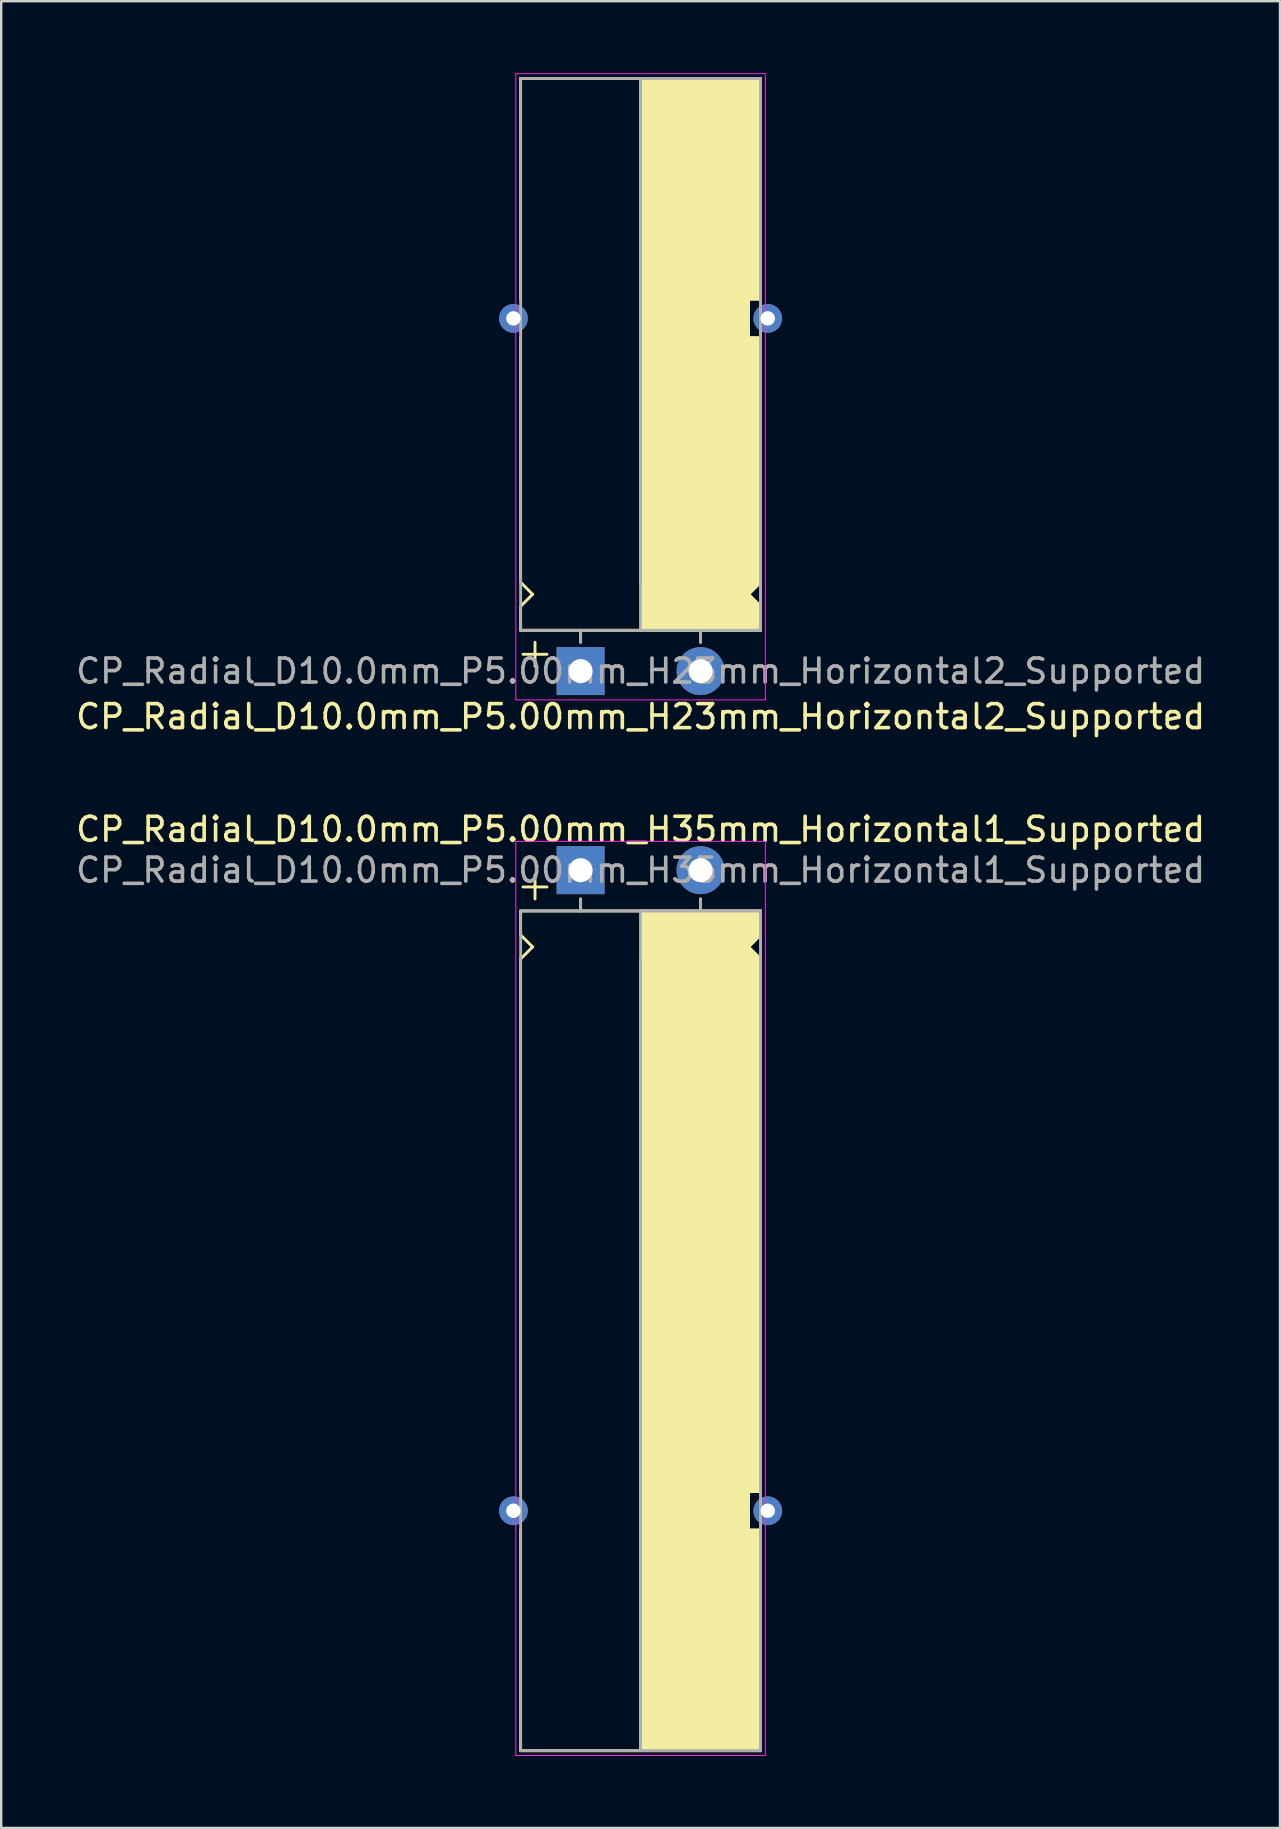
<source format=kicad_pcb>
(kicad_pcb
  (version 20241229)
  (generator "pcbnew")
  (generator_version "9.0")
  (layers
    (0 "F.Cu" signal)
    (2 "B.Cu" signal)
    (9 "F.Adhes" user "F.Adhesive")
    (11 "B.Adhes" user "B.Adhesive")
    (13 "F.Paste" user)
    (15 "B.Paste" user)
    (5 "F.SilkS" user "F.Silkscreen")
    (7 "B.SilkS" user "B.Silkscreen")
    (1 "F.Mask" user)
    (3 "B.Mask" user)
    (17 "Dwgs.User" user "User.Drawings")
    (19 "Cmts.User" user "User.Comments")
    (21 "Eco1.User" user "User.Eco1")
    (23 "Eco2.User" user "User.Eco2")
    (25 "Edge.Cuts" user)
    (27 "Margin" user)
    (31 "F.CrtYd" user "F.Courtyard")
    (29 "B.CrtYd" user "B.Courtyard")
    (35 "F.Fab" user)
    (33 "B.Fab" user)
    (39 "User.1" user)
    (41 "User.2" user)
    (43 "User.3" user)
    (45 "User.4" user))
  (footprint "CP_Radial_D10.0mm_P5.00mm_H23mm_Horizontal2_Supported"
    (layer "F.Cu")
    (at 21.149 24.92)
    (property "Reference" "CP_Radial_D10.0mm_P5.00mm_H23mm_Horizontal2_Supported" (at 2.5 1.9 180) (layer "F.SilkS") (effects (font (size 1 1) (thickness 0.15))))
    (attr through_hole)
    (fp_line (start -2.5 -24.7) (end 7.5 -24.7) (stroke (width 0.12) (type solid)) (layer "F.SilkS"))
    (fp_line (start -2.5 -15.5) (end -2.5 -24.7) (stroke (width 0.12) (type solid)) (layer "F.SilkS"))
    (fp_line (start -2.5 -3.8) (end -2.5 -13.9) (stroke (width 0.12) (type solid)) (layer "F.SilkS"))
    (fp_line (start -2.5 -2.7) (end -2 -3.2) (stroke (width 0.12) (type solid)) (layer "F.SilkS"))
    (fp_line (start -2.5 -1.7) (end -2.5 -2.7) (stroke (width 0.12) (type solid)) (layer "F.SilkS"))
    (fp_line (start -2 -3.2) (end -2.5 -3.7) (stroke (width 0.12) (type solid)) (layer "F.SilkS"))
    (fp_line (start -1.9 -1.2) (end -1.9 -0.2) (stroke (width 0.12) (type solid)) (layer "F.SilkS"))
    (fp_line (start -1.4 -0.7) (end -2.4 -0.7) (stroke (width 0.12) (type solid)) (layer "F.SilkS"))
    (fp_line (start 0 -1.7) (end 0 -1.2) (stroke (width 0.12) (type solid)) (layer "F.SilkS"))
    (fp_line (start 2.5 -24.7) (end 2.5 -3.7) (stroke (width 0.12) (type solid)) (layer "F.SilkS"))
    (fp_line (start 2.5 -1.7) (end -2.5 -1.7) (stroke (width 0.12) (type solid)) (layer "F.SilkS"))
    (fp_line (start 5 -1.7) (end 5 -1.2) (stroke (width 0.12) (type solid)) (layer "F.SilkS"))
    (fp_line (start 7 -15.5) (end 7 -14.9) (stroke (width 0.12) (type solid)) (layer "F.SilkS"))
    (fp_line (start 7 -14.9) (end 7 -13.9) (stroke (width 0.12) (type solid)) (layer "F.SilkS"))
    (fp_line (start 7 -13.9) (end 7.5 -13.9) (stroke (width 0.12) (type solid)) (layer "F.SilkS"))
    (fp_line (start 7 -3.2) (end 7.5 -3.7) (stroke (width 0.12) (type solid)) (layer "F.SilkS"))
    (fp_line (start 7.5 -15.5) (end 7 -15.5) (stroke (width 0.12) (type solid)) (layer "F.SilkS"))
    (fp_line (start 7.5 -15.5) (end 7.5 -24.7) (stroke (width 0.12) (type solid)) (layer "F.SilkS"))
    (fp_line (start 7.5 -4.7) (end 7.5 -13.9) (stroke (width 0.12) (type solid)) (layer "F.SilkS"))
    (fp_line (start 7.5 -2.7) (end 7 -3.2) (stroke (width 0.12) (type solid)) (layer "F.SilkS"))
    (fp_line (start 7.5 -1.7) (end 2.5 -1.7) (stroke (width 0.12) (type solid)) (layer "F.SilkS"))
    (fp_line (start 7.5 -1.7) (end 7.5 -2.7) (stroke (width 0.12) (type solid)) (layer "F.SilkS"))
    (fp_poly (pts (xy 7.5 -2.7) (xy 7 -3.2) (xy 7.5 -3.7) (xy 7.5 -13.8) (xy 7 -13.8) (xy 7 -15.5) (xy 7.5 -15.5) (xy 7.5 -24.7) (xy 2.5 -24.7) (xy 2.5 -1.7) (xy 7.5 -1.7)) (stroke (width 0.1) (type solid)) (fill yes) (layer "F.SilkS"))
    (fp_line (start -2.7 -24.9) (end -2.7 1.2) (stroke (width 0.04) (type solid)) (layer "F.CrtYd"))
    (fp_line (start -2.7 1.2) (end -0.3 1.2) (stroke (width 0.04) (type solid)) (layer "F.CrtYd"))
    (fp_line (start 7.7 -24.9) (end -2.7 -24.9) (stroke (width 0.04) (type solid)) (layer "F.CrtYd"))
    (fp_line (start 7.7 1.2) (end -0.3 1.2) (stroke (width 0.04) (type solid)) (layer "F.CrtYd"))
    (fp_line (start 7.7 1.2) (end 7.7 -24.9) (stroke (width 0.04) (type solid)) (layer "F.CrtYd"))
    (fp_line (start -2.5 -24.7) (end 7.5 -24.7) (stroke (width 0.12) (type solid)) (layer "F.Fab"))
    (fp_line (start -2.5 -1.7) (end -2.5 -24.7) (stroke (width 0.12) (type solid)) (layer "F.Fab"))
    (fp_line (start 0 -1.7) (end 0 -1.2) (stroke (width 0.12) (type solid)) (layer "F.Fab"))
    (fp_line (start 2.5 -3.7) (end 2.5 -24.7) (stroke (width 0.12) (type solid)) (layer "F.Fab"))
    (fp_line (start 5 -1.7) (end 5 -1.2) (stroke (width 0.12) (type solid)) (layer "F.Fab"))
    (fp_line (start 7.5 -24.7) (end 7.5 -1.7) (stroke (width 0.12) (type solid)) (layer "F.Fab"))
    (fp_line (start 7.5 -1.7) (end -2.5 -1.7) (stroke (width 0.12) (type solid)) (layer "F.Fab"))
    (fp_poly (pts (xy 7.5 -24.7) (xy 2.5 -24.7) (xy 2.5 -1.7) (xy 7.5 -1.7)) (stroke (width 0.1) (type solid)) (fill no) (layer "F.Fab"))
    (fp_text user "${REFERENCE}" (at 2.5 0 0) (layer "F.Fab") (effects (font (size 1 1) (thickness 0.15))))
    (pad "1" thru_hole rect (at 0 0) (size 2 2) (drill 1) (layers "*.Cu" "*.Mask"))
    (pad "2" thru_hole circle (at 5 0) (size 2 2) (drill 1) (layers "*.Cu" "*.Mask"))
    (pad "~" thru_hole circle (at -2.8 -14.7 180) (size 1.2 1.2) (drill 0.6) (layers "*.Cu" "*.Mask"))
    (pad "~" thru_hole circle (at 7.8 -14.7 180) (size 1.2 1.2) (drill 0.6) (layers "*.Cu" "*.Mask")))
  (footprint "CP_Radial_D10.0mm_P5.00mm_H35mm_Horizontal1_Supported"
    (layer "F.Cu")
    (at 21.149 33.217)
    (property "Reference" "CP_Radial_D10.0mm_P5.00mm_H35mm_Horizontal1_Supported" (at 2.5 -1.7 0) (layer "F.SilkS") (effects (font (size 1 1) (thickness 0.15))))
    (attr through_hole)
    (fp_line (start -2.5 1.7) (end -2.5 2.7) (stroke (width 0.12) (type solid)) (layer "F.SilkS"))
    (fp_line (start -2.5 2.7) (end -2 3.2) (stroke (width 0.12) (type solid)) (layer "F.SilkS"))
    (fp_line (start -2.5 3.8) (end -2.5 25.9) (stroke (width 0.12) (type solid)) (layer "F.SilkS"))
    (fp_line (start -2.5 27.5) (end -2.5 36.7) (stroke (width 0.12) (type solid)) (layer "F.SilkS"))
    (fp_line (start -2.5 36.7) (end 7.5 36.7) (stroke (width 0.12) (type solid)) (layer "F.SilkS"))
    (fp_line (start -2 3.2) (end -2.5 3.7) (stroke (width 0.12) (type solid)) (layer "F.SilkS"))
    (fp_line (start -1.9 0.2) (end -1.9 1.2) (stroke (width 0.12) (type solid)) (layer "F.SilkS"))
    (fp_line (start -1.4 0.7) (end -2.4 0.7) (stroke (width 0.12) (type solid)) (layer "F.SilkS"))
    (fp_line (start 0 1.7) (end 0 1.2) (stroke (width 0.12) (type solid)) (layer "F.SilkS"))
    (fp_line (start 2.5 1.7) (end -2.5 1.7) (stroke (width 0.12) (type solid)) (layer "F.SilkS"))
    (fp_line (start 2.5 36.7) (end 2.5 3.7) (stroke (width 0.12) (type solid)) (layer "F.SilkS"))
    (fp_line (start 5 1.7) (end 5 1.2) (stroke (width 0.12) (type solid)) (layer "F.SilkS"))
    (fp_line (start 7 3.2) (end 7.5 3.7) (stroke (width 0.12) (type solid)) (layer "F.SilkS"))
    (fp_line (start 7 25.9) (end 7.5 25.9) (stroke (width 0.12) (type solid)) (layer "F.SilkS"))
    (fp_line (start 7 26.9) (end 7 25.9) (stroke (width 0.12) (type solid)) (layer "F.SilkS"))
    (fp_line (start 7 27.5) (end 7 26.9) (stroke (width 0.12) (type solid)) (layer "F.SilkS"))
    (fp_line (start 7.5 1.7) (end 2.5 1.7) (stroke (width 0.12) (type solid)) (layer "F.SilkS"))
    (fp_line (start 7.5 1.7) (end 7.5 2.7) (stroke (width 0.12) (type solid)) (layer "F.SilkS"))
    (fp_line (start 7.5 2.7) (end 7 3.2) (stroke (width 0.12) (type solid)) (layer "F.SilkS"))
    (fp_line (start 7.5 4.7) (end 7.5 25.9) (stroke (width 0.12) (type solid)) (layer "F.SilkS"))
    (fp_line (start 7.5 27.5) (end 7 27.5) (stroke (width 0.12) (type solid)) (layer "F.SilkS"))
    (fp_line (start 7.5 27.5) (end 7.5 36.7) (stroke (width 0.12) (type solid)) (layer "F.SilkS"))
    (fp_poly (pts (xy 7.5 2.7) (xy 7 3.2) (xy 7.5 3.7) (xy 7.5 25.9) (xy 7 25.9) (xy 7 27.5) (xy 7.5 27.5) (xy 7.5 36.7) (xy 2.5 36.7) (xy 2.5 1.7) (xy 7.5 1.7)) (stroke (width 0.1) (type solid)) (fill yes) (layer "F.SilkS"))
    (fp_line (start -2.7 -1.2) (end 5.3 -1.2) (stroke (width 0.04) (type solid)) (layer "F.CrtYd"))
    (fp_line (start -2.7 36.9) (end -2.7 -1.2) (stroke (width 0.04) (type solid)) (layer "F.CrtYd"))
    (fp_line (start 5.3 -1.2) (end 7.7 -1.2) (stroke (width 0.04) (type solid)) (layer "F.CrtYd"))
    (fp_line (start 7.7 -1.2) (end 7.7 36.9) (stroke (width 0.04) (type solid)) (layer "F.CrtYd"))
    (fp_line (start 7.7 36.9) (end -2.7 36.9) (stroke (width 0.04) (type solid)) (layer "F.CrtYd"))
    (fp_line (start -2.5 1.7) (end -2.5 36.7) (stroke (width 0.12) (type solid)) (layer "F.Fab"))
    (fp_line (start -2.5 36.7) (end 7.5 36.7) (stroke (width 0.12) (type solid)) (layer "F.Fab"))
    (fp_line (start 0 1.7) (end 0 1.2) (stroke (width 0.12) (type solid)) (layer "F.Fab"))
    (fp_line (start 2.5 3.7) (end 2.5 36.7) (stroke (width 0.12) (type solid)) (layer "F.Fab"))
    (fp_line (start 5 1.7) (end 5 1.2) (stroke (width 0.12) (type solid)) (layer "F.Fab"))
    (fp_line (start 7.5 1.7) (end -2.5 1.7) (stroke (width 0.12) (type solid)) (layer "F.Fab"))
    (fp_line (start 7.5 36.7) (end 7.5 1.7) (stroke (width 0.12) (type solid)) (layer "F.Fab"))
    (fp_poly (pts (xy 7.5 36.7) (xy 2.5 36.7) (xy 2.5 1.7) (xy 7.5 1.7)) (stroke (width 0.1) (type solid)) (fill no) (layer "F.Fab"))
    (fp_text user "${REFERENCE}" (at 2.5 0 0) (layer "F.Fab") (effects (font (size 1 1) (thickness 0.15))))
    (pad "1" thru_hole rect (at 0 0) (size 2 2) (drill 1) (layers "*.Cu" "*.Mask"))
    (pad "2" thru_hole circle (at 5 0) (size 2 2) (drill 1) (layers "*.Cu" "*.Mask"))
    (pad "~" thru_hole circle (at -2.8 26.7) (size 1.2 1.2) (drill 0.6) (layers "*.Cu" "*.Mask"))
    (pad "~" thru_hole circle (at 7.8 26.7) (size 1.2 1.2) (drill 0.6) (layers "*.Cu" "*.Mask")))
  (gr_rect
    (start -3 -3)
    (end 50.298 73.136)
    (stroke (width 0.1) (type default))
    (fill no)
    (layer "Edge.Cuts")))
</source>
